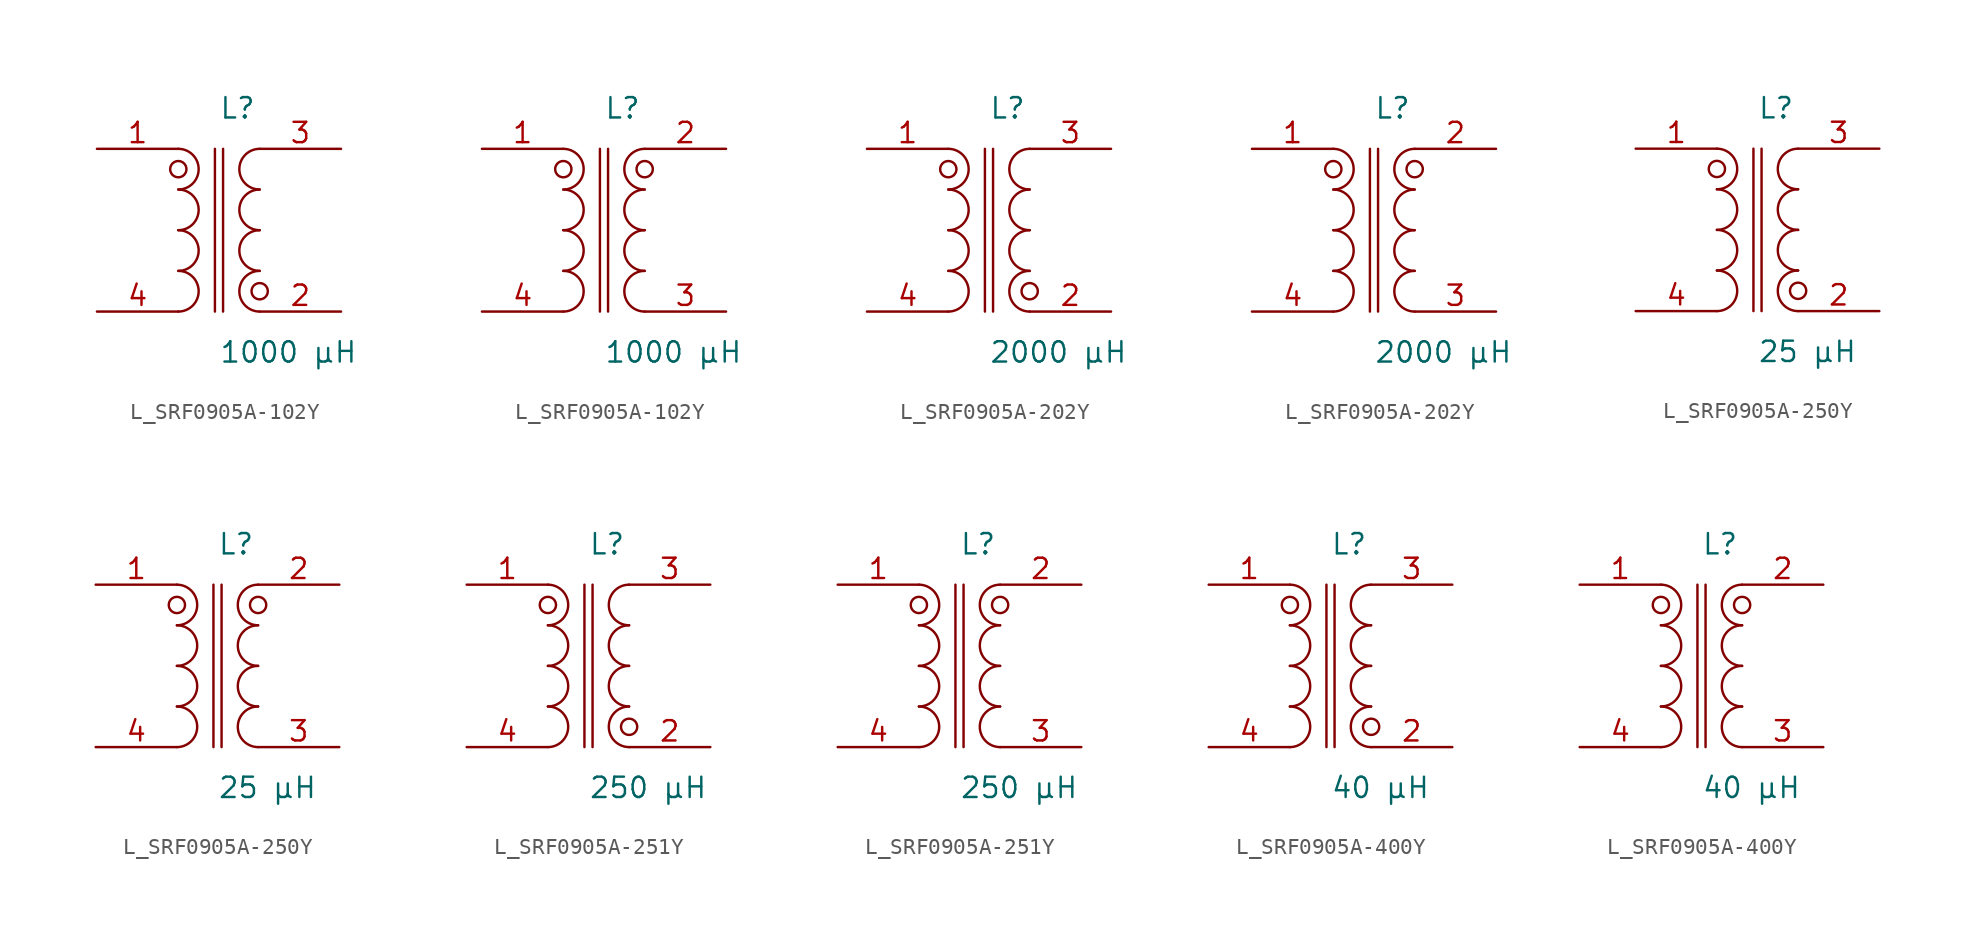
<source format=kicad_sym>
(kicad_symbol_lib
  (version 20231120)
  (generator kicad_symbol_editor)
  (generator_version 8.0)
  (symbol "L_SRF0905A-102Y"
    (pin_names
      (offset 0.254))
    (property "Reference" "L"
      (at 0 7.62 0)
      (effects (font (size 1.27 1.27)) (justify left)))
    (property "Value" "1000 µH"
      (at 0 -7.62 0)
      (effects (font (size 1.27 1.27)) (justify left)))
    (symbol "L_SRF0905A-102Y_1_1"
      (arc (start -2.54 -5.08) (mid -1.27 -3.81) (end -2.54 -2.54) (stroke (width 0) (type default)) (fill (type none)))
      (arc (start -2.54 -2.54) (mid -1.27 -1.27) (end -2.54 0.0) (stroke (width 0) (type default)) (fill (type none)))
      (arc (start -2.54 0.0) (mid -1.27 1.27) (end -2.54 2.54) (stroke (width 0) (type default)) (fill (type none)))
      (arc (start -2.54 2.54) (mid -1.27 3.81) (end -2.54 5.08) (stroke (width 0) (type default)) (fill (type none)))
      (arc (start 2.54 -5.08) (mid 1.27 -3.81) (end 2.54 -2.54) (stroke (width 0) (type default)) (fill (type none)))
      (arc (start 2.54 -2.54) (mid 1.27 -1.27) (end 2.54 0.0) (stroke (width 0) (type default)) (fill (type none)))
      (arc (start 2.54 0.0) (mid 1.27 1.27) (end 2.54 2.54) (stroke (width 0) (type default)) (fill (type none)))
      (arc (start 2.54 2.54) (mid 1.27 3.81) (end 2.54 5.08) (stroke (width 0) (type default)) (fill (type none)))
      (circle (center -2.54 3.81) (radius 0.508) (stroke (width 0) (type default)) (fill (type none)))
      (circle (center 2.54 -3.81) (radius 0.508) (stroke (width 0) (type default)) (fill (type none)))
      (polyline (pts (xy -0.254 5.08) (xy -0.254 -5.08)) (stroke (width 0) (type default)) (fill (type none)))
      (polyline (pts (xy 0.254 5.08) (xy 0.254 -5.08)) (stroke (width 0) (type default)) (fill (type none)))
      (pin passive line (at -7.62 5.08 0) (length 5.08) (name "" (effects (font (size 1.27 1.27)))) (number "1" (effects (font (size 1.27 1.27)))))
      (pin passive line (at -7.62 -5.08 0) (length 5.08) (name "" (effects (font (size 1.27 1.27)))) (number "4" (effects (font (size 1.27 1.27)))))
      (pin passive line (at 7.62 -5.08 180) (length 5.08) (name "" (effects (font (size 1.27 1.27)))) (number "2" (effects (font (size 1.27 1.27)))))
      (pin passive line (at 7.62 5.08 180) (length 5.08) (name "" (effects (font (size 1.27 1.27)))) (number "3" (effects (font (size 1.27 1.27))))))
    (symbol "L_SRF0905A-102Y_1_2"
      (arc (start -2.54 -5.08) (mid -1.27 -3.81) (end -2.54 -2.54) (stroke (width 0) (type default)) (fill (type none)))
      (arc (start -2.54 -2.54) (mid -1.27 -1.27) (end -2.54 0.0) (stroke (width 0) (type default)) (fill (type none)))
      (arc (start -2.54 0.0) (mid -1.27 1.27) (end -2.54 2.54) (stroke (width 0) (type default)) (fill (type none)))
      (arc (start -2.54 2.54) (mid -1.27 3.81) (end -2.54 5.08) (stroke (width 0) (type default)) (fill (type none)))
      (arc (start 2.54 -5.08) (mid 1.27 -3.81) (end 2.54 -2.54) (stroke (width 0) (type default)) (fill (type none)))
      (arc (start 2.54 -2.54) (mid 1.27 -1.27) (end 2.54 0.0) (stroke (width 0) (type default)) (fill (type none)))
      (arc (start 2.54 0.0) (mid 1.27 1.27) (end 2.54 2.54) (stroke (width 0) (type default)) (fill (type none)))
      (arc (start 2.54 2.54) (mid 1.27 3.81) (end 2.54 5.08) (stroke (width 0) (type default)) (fill (type none)))
      (circle (center -2.54 3.81) (radius 0.508) (stroke (width 0) (type default)) (fill (type none)))
      (circle (center 2.54 3.81) (radius 0.508) (stroke (width 0) (type default)) (fill (type none)))
      (polyline (pts (xy -0.254 5.08) (xy -0.254 -5.08)) (stroke (width 0) (type default)) (fill (type none)))
      (polyline (pts (xy 0.254 5.08) (xy 0.254 -5.08)) (stroke (width 0) (type default)) (fill (type none)))
      (pin passive line (at -7.62 5.08 0) (length 5.08) (name "" (effects (font (size 1.27 1.27)))) (number "1" (effects (font (size 1.27 1.27)))))
      (pin passive line (at -7.62 -5.08 0) (length 5.08) (name "" (effects (font (size 1.27 1.27)))) (number "4" (effects (font (size 1.27 1.27)))))
      (pin passive line (at 7.62 5.08 180) (length 5.08) (name "" (effects (font (size 1.27 1.27)))) (number "2" (effects (font (size 1.27 1.27)))))
      (pin passive line (at 7.62 -5.08 180) (length 5.08) (name "" (effects (font (size 1.27 1.27)))) (number "3" (effects (font (size 1.27 1.27)))))))
  (symbol "L_SRF0905A-202Y"
    (pin_names
      (offset 0.254))
    (property "Reference" "L"
      (at 0 7.62 0)
      (effects (font (size 1.27 1.27)) (justify left)))
    (property "Value" "2000 µH"
      (at 0 -7.62 0)
      (effects (font (size 1.27 1.27)) (justify left)))
    (symbol "L_SRF0905A-202Y_1_1"
      (arc (start -2.54 -5.08) (mid -1.27 -3.81) (end -2.54 -2.54) (stroke (width 0) (type default)) (fill (type none)))
      (arc (start -2.54 -2.54) (mid -1.27 -1.27) (end -2.54 0.0) (stroke (width 0) (type default)) (fill (type none)))
      (arc (start -2.54 0.0) (mid -1.27 1.27) (end -2.54 2.54) (stroke (width 0) (type default)) (fill (type none)))
      (arc (start -2.54 2.54) (mid -1.27 3.81) (end -2.54 5.08) (stroke (width 0) (type default)) (fill (type none)))
      (arc (start 2.54 -5.08) (mid 1.27 -3.81) (end 2.54 -2.54) (stroke (width 0) (type default)) (fill (type none)))
      (arc (start 2.54 -2.54) (mid 1.27 -1.27) (end 2.54 0.0) (stroke (width 0) (type default)) (fill (type none)))
      (arc (start 2.54 0.0) (mid 1.27 1.27) (end 2.54 2.54) (stroke (width 0) (type default)) (fill (type none)))
      (arc (start 2.54 2.54) (mid 1.27 3.81) (end 2.54 5.08) (stroke (width 0) (type default)) (fill (type none)))
      (circle (center -2.54 3.81) (radius 0.508) (stroke (width 0) (type default)) (fill (type none)))
      (circle (center 2.54 -3.81) (radius 0.508) (stroke (width 0) (type default)) (fill (type none)))
      (polyline (pts (xy -0.254 5.08) (xy -0.254 -5.08)) (stroke (width 0) (type default)) (fill (type none)))
      (polyline (pts (xy 0.254 5.08) (xy 0.254 -5.08)) (stroke (width 0) (type default)) (fill (type none)))
      (pin passive line (at -7.62 5.08 0) (length 5.08) (name "" (effects (font (size 1.27 1.27)))) (number "1" (effects (font (size 1.27 1.27)))))
      (pin passive line (at -7.62 -5.08 0) (length 5.08) (name "" (effects (font (size 1.27 1.27)))) (number "4" (effects (font (size 1.27 1.27)))))
      (pin passive line (at 7.62 -5.08 180) (length 5.08) (name "" (effects (font (size 1.27 1.27)))) (number "2" (effects (font (size 1.27 1.27)))))
      (pin passive line (at 7.62 5.08 180) (length 5.08) (name "" (effects (font (size 1.27 1.27)))) (number "3" (effects (font (size 1.27 1.27))))))
    (symbol "L_SRF0905A-202Y_1_2"
      (arc (start -2.54 -5.08) (mid -1.27 -3.81) (end -2.54 -2.54) (stroke (width 0) (type default)) (fill (type none)))
      (arc (start -2.54 -2.54) (mid -1.27 -1.27) (end -2.54 0.0) (stroke (width 0) (type default)) (fill (type none)))
      (arc (start -2.54 0.0) (mid -1.27 1.27) (end -2.54 2.54) (stroke (width 0) (type default)) (fill (type none)))
      (arc (start -2.54 2.54) (mid -1.27 3.81) (end -2.54 5.08) (stroke (width 0) (type default)) (fill (type none)))
      (arc (start 2.54 -5.08) (mid 1.27 -3.81) (end 2.54 -2.54) (stroke (width 0) (type default)) (fill (type none)))
      (arc (start 2.54 -2.54) (mid 1.27 -1.27) (end 2.54 0.0) (stroke (width 0) (type default)) (fill (type none)))
      (arc (start 2.54 0.0) (mid 1.27 1.27) (end 2.54 2.54) (stroke (width 0) (type default)) (fill (type none)))
      (arc (start 2.54 2.54) (mid 1.27 3.81) (end 2.54 5.08) (stroke (width 0) (type default)) (fill (type none)))
      (circle (center -2.54 3.81) (radius 0.508) (stroke (width 0) (type default)) (fill (type none)))
      (circle (center 2.54 3.81) (radius 0.508) (stroke (width 0) (type default)) (fill (type none)))
      (polyline (pts (xy -0.254 5.08) (xy -0.254 -5.08)) (stroke (width 0) (type default)) (fill (type none)))
      (polyline (pts (xy 0.254 5.08) (xy 0.254 -5.08)) (stroke (width 0) (type default)) (fill (type none)))
      (pin passive line (at -7.62 5.08 0) (length 5.08) (name "" (effects (font (size 1.27 1.27)))) (number "1" (effects (font (size 1.27 1.27)))))
      (pin passive line (at -7.62 -5.08 0) (length 5.08) (name "" (effects (font (size 1.27 1.27)))) (number "4" (effects (font (size 1.27 1.27)))))
      (pin passive line (at 7.62 5.08 180) (length 5.08) (name "" (effects (font (size 1.27 1.27)))) (number "2" (effects (font (size 1.27 1.27)))))
      (pin passive line (at 7.62 -5.08 180) (length 5.08) (name "" (effects (font (size 1.27 1.27)))) (number "3" (effects (font (size 1.27 1.27)))))))
  (symbol "L_SRF0905A-250Y"
    (pin_names
      (offset 0.254))
    (property "Reference" "L"
      (at 0 7.62 0)
      (effects (font (size 1.27 1.27)) (justify left)))
    (property "Value" "25 µH"
      (at 0 -7.62 0)
      (effects (font (size 1.27 1.27)) (justify left)))
    (symbol "L_SRF0905A-250Y_1_1"
      (arc (start -2.54 -5.08) (mid -1.27 -3.81) (end -2.54 -2.54) (stroke (width 0) (type default)) (fill (type none)))
      (arc (start -2.54 -2.54) (mid -1.27 -1.27) (end -2.54 0.0) (stroke (width 0) (type default)) (fill (type none)))
      (arc (start -2.54 0.0) (mid -1.27 1.27) (end -2.54 2.54) (stroke (width 0) (type default)) (fill (type none)))
      (arc (start -2.54 2.54) (mid -1.27 3.81) (end -2.54 5.08) (stroke (width 0) (type default)) (fill (type none)))
      (arc (start 2.54 -5.08) (mid 1.27 -3.81) (end 2.54 -2.54) (stroke (width 0) (type default)) (fill (type none)))
      (arc (start 2.54 -2.54) (mid 1.27 -1.27) (end 2.54 0.0) (stroke (width 0) (type default)) (fill (type none)))
      (arc (start 2.54 0.0) (mid 1.27 1.27) (end 2.54 2.54) (stroke (width 0) (type default)) (fill (type none)))
      (arc (start 2.54 2.54) (mid 1.27 3.81) (end 2.54 5.08) (stroke (width 0) (type default)) (fill (type none)))
      (circle (center -2.54 3.81) (radius 0.508) (stroke (width 0) (type default)) (fill (type none)))
      (circle (center 2.54 -3.81) (radius 0.508) (stroke (width 0) (type default)) (fill (type none)))
      (polyline (pts (xy -0.254 5.08) (xy -0.254 -5.08)) (stroke (width 0) (type default)) (fill (type none)))
      (polyline (pts (xy 0.254 5.08) (xy 0.254 -5.08)) (stroke (width 0) (type default)) (fill (type none)))
      (pin passive line (at -7.62 5.08 0) (length 5.08) (name "" (effects (font (size 1.27 1.27)))) (number "1" (effects (font (size 1.27 1.27)))))
      (pin passive line (at -7.62 -5.08 0) (length 5.08) (name "" (effects (font (size 1.27 1.27)))) (number "4" (effects (font (size 1.27 1.27)))))
      (pin passive line (at 7.62 -5.08 180) (length 5.08) (name "" (effects (font (size 1.27 1.27)))) (number "2" (effects (font (size 1.27 1.27)))))
      (pin passive line (at 7.62 5.08 180) (length 5.08) (name "" (effects (font (size 1.27 1.27)))) (number "3" (effects (font (size 1.27 1.27))))))
    (symbol "L_SRF0905A-250Y_1_2"
      (arc (start -2.54 -5.08) (mid -1.27 -3.81) (end -2.54 -2.54) (stroke (width 0) (type default)) (fill (type none)))
      (arc (start -2.54 -2.54) (mid -1.27 -1.27) (end -2.54 0.0) (stroke (width 0) (type default)) (fill (type none)))
      (arc (start -2.54 0.0) (mid -1.27 1.27) (end -2.54 2.54) (stroke (width 0) (type default)) (fill (type none)))
      (arc (start -2.54 2.54) (mid -1.27 3.81) (end -2.54 5.08) (stroke (width 0) (type default)) (fill (type none)))
      (arc (start 2.54 -5.08) (mid 1.27 -3.81) (end 2.54 -2.54) (stroke (width 0) (type default)) (fill (type none)))
      (arc (start 2.54 -2.54) (mid 1.27 -1.27) (end 2.54 0.0) (stroke (width 0) (type default)) (fill (type none)))
      (arc (start 2.54 0.0) (mid 1.27 1.27) (end 2.54 2.54) (stroke (width 0) (type default)) (fill (type none)))
      (arc (start 2.54 2.54) (mid 1.27 3.81) (end 2.54 5.08) (stroke (width 0) (type default)) (fill (type none)))
      (circle (center -2.54 3.81) (radius 0.508) (stroke (width 0) (type default)) (fill (type none)))
      (circle (center 2.54 3.81) (radius 0.508) (stroke (width 0) (type default)) (fill (type none)))
      (polyline (pts (xy -0.254 5.08) (xy -0.254 -5.08)) (stroke (width 0) (type default)) (fill (type none)))
      (polyline (pts (xy 0.254 5.08) (xy 0.254 -5.08)) (stroke (width 0) (type default)) (fill (type none)))
      (pin passive line (at -7.62 5.08 0) (length 5.08) (name "" (effects (font (size 1.27 1.27)))) (number "1" (effects (font (size 1.27 1.27)))))
      (pin passive line (at -7.62 -5.08 0) (length 5.08) (name "" (effects (font (size 1.27 1.27)))) (number "4" (effects (font (size 1.27 1.27)))))
      (pin passive line (at 7.62 5.08 180) (length 5.08) (name "" (effects (font (size 1.27 1.27)))) (number "2" (effects (font (size 1.27 1.27)))))
      (pin passive line (at 7.62 -5.08 180) (length 5.08) (name "" (effects (font (size 1.27 1.27)))) (number "3" (effects (font (size 1.27 1.27)))))))
  (symbol "L_SRF0905A-251Y"
    (pin_names
      (offset 0.254))
    (property "Reference" "L"
      (at 0 7.62 0)
      (effects (font (size 1.27 1.27)) (justify left)))
    (property "Value" "250 µH"
      (at 0 -7.62 0)
      (effects (font (size 1.27 1.27)) (justify left)))
    (symbol "L_SRF0905A-251Y_1_1"
      (arc (start -2.54 -5.08) (mid -1.27 -3.81) (end -2.54 -2.54) (stroke (width 0) (type default)) (fill (type none)))
      (arc (start -2.54 -2.54) (mid -1.27 -1.27) (end -2.54 0.0) (stroke (width 0) (type default)) (fill (type none)))
      (arc (start -2.54 0.0) (mid -1.27 1.27) (end -2.54 2.54) (stroke (width 0) (type default)) (fill (type none)))
      (arc (start -2.54 2.54) (mid -1.27 3.81) (end -2.54 5.08) (stroke (width 0) (type default)) (fill (type none)))
      (arc (start 2.54 -5.08) (mid 1.27 -3.81) (end 2.54 -2.54) (stroke (width 0) (type default)) (fill (type none)))
      (arc (start 2.54 -2.54) (mid 1.27 -1.27) (end 2.54 0.0) (stroke (width 0) (type default)) (fill (type none)))
      (arc (start 2.54 0.0) (mid 1.27 1.27) (end 2.54 2.54) (stroke (width 0) (type default)) (fill (type none)))
      (arc (start 2.54 2.54) (mid 1.27 3.81) (end 2.54 5.08) (stroke (width 0) (type default)) (fill (type none)))
      (circle (center -2.54 3.81) (radius 0.508) (stroke (width 0) (type default)) (fill (type none)))
      (circle (center 2.54 -3.81) (radius 0.508) (stroke (width 0) (type default)) (fill (type none)))
      (polyline (pts (xy -0.254 5.08) (xy -0.254 -5.08)) (stroke (width 0) (type default)) (fill (type none)))
      (polyline (pts (xy 0.254 5.08) (xy 0.254 -5.08)) (stroke (width 0) (type default)) (fill (type none)))
      (pin passive line (at -7.62 5.08 0) (length 5.08) (name "" (effects (font (size 1.27 1.27)))) (number "1" (effects (font (size 1.27 1.27)))))
      (pin passive line (at -7.62 -5.08 0) (length 5.08) (name "" (effects (font (size 1.27 1.27)))) (number "4" (effects (font (size 1.27 1.27)))))
      (pin passive line (at 7.62 -5.08 180) (length 5.08) (name "" (effects (font (size 1.27 1.27)))) (number "2" (effects (font (size 1.27 1.27)))))
      (pin passive line (at 7.62 5.08 180) (length 5.08) (name "" (effects (font (size 1.27 1.27)))) (number "3" (effects (font (size 1.27 1.27))))))
    (symbol "L_SRF0905A-251Y_1_2"
      (arc (start -2.54 -5.08) (mid -1.27 -3.81) (end -2.54 -2.54) (stroke (width 0) (type default)) (fill (type none)))
      (arc (start -2.54 -2.54) (mid -1.27 -1.27) (end -2.54 0.0) (stroke (width 0) (type default)) (fill (type none)))
      (arc (start -2.54 0.0) (mid -1.27 1.27) (end -2.54 2.54) (stroke (width 0) (type default)) (fill (type none)))
      (arc (start -2.54 2.54) (mid -1.27 3.81) (end -2.54 5.08) (stroke (width 0) (type default)) (fill (type none)))
      (arc (start 2.54 -5.08) (mid 1.27 -3.81) (end 2.54 -2.54) (stroke (width 0) (type default)) (fill (type none)))
      (arc (start 2.54 -2.54) (mid 1.27 -1.27) (end 2.54 0.0) (stroke (width 0) (type default)) (fill (type none)))
      (arc (start 2.54 0.0) (mid 1.27 1.27) (end 2.54 2.54) (stroke (width 0) (type default)) (fill (type none)))
      (arc (start 2.54 2.54) (mid 1.27 3.81) (end 2.54 5.08) (stroke (width 0) (type default)) (fill (type none)))
      (circle (center -2.54 3.81) (radius 0.508) (stroke (width 0) (type default)) (fill (type none)))
      (circle (center 2.54 3.81) (radius 0.508) (stroke (width 0) (type default)) (fill (type none)))
      (polyline (pts (xy -0.254 5.08) (xy -0.254 -5.08)) (stroke (width 0) (type default)) (fill (type none)))
      (polyline (pts (xy 0.254 5.08) (xy 0.254 -5.08)) (stroke (width 0) (type default)) (fill (type none)))
      (pin passive line (at -7.62 5.08 0) (length 5.08) (name "" (effects (font (size 1.27 1.27)))) (number "1" (effects (font (size 1.27 1.27)))))
      (pin passive line (at -7.62 -5.08 0) (length 5.08) (name "" (effects (font (size 1.27 1.27)))) (number "4" (effects (font (size 1.27 1.27)))))
      (pin passive line (at 7.62 5.08 180) (length 5.08) (name "" (effects (font (size 1.27 1.27)))) (number "2" (effects (font (size 1.27 1.27)))))
      (pin passive line (at 7.62 -5.08 180) (length 5.08) (name "" (effects (font (size 1.27 1.27)))) (number "3" (effects (font (size 1.27 1.27)))))))
  (symbol "L_SRF0905A-400Y"
    (pin_names
      (offset 0.254))
    (property "Reference" "L"
      (at 0 7.62 0)
      (effects (font (size 1.27 1.27)) (justify left)))
    (property "Value" "40 µH"
      (at 0 -7.62 0)
      (effects (font (size 1.27 1.27)) (justify left)))
    (symbol "L_SRF0905A-400Y_1_1"
      (arc (start -2.54 -5.08) (mid -1.27 -3.81) (end -2.54 -2.54) (stroke (width 0) (type default)) (fill (type none)))
      (arc (start -2.54 -2.54) (mid -1.27 -1.27) (end -2.54 0.0) (stroke (width 0) (type default)) (fill (type none)))
      (arc (start -2.54 0.0) (mid -1.27 1.27) (end -2.54 2.54) (stroke (width 0) (type default)) (fill (type none)))
      (arc (start -2.54 2.54) (mid -1.27 3.81) (end -2.54 5.08) (stroke (width 0) (type default)) (fill (type none)))
      (arc (start 2.54 -5.08) (mid 1.27 -3.81) (end 2.54 -2.54) (stroke (width 0) (type default)) (fill (type none)))
      (arc (start 2.54 -2.54) (mid 1.27 -1.27) (end 2.54 0.0) (stroke (width 0) (type default)) (fill (type none)))
      (arc (start 2.54 0.0) (mid 1.27 1.27) (end 2.54 2.54) (stroke (width 0) (type default)) (fill (type none)))
      (arc (start 2.54 2.54) (mid 1.27 3.81) (end 2.54 5.08) (stroke (width 0) (type default)) (fill (type none)))
      (circle (center -2.54 3.81) (radius 0.508) (stroke (width 0) (type default)) (fill (type none)))
      (circle (center 2.54 -3.81) (radius 0.508) (stroke (width 0) (type default)) (fill (type none)))
      (polyline (pts (xy -0.254 5.08) (xy -0.254 -5.08)) (stroke (width 0) (type default)) (fill (type none)))
      (polyline (pts (xy 0.254 5.08) (xy 0.254 -5.08)) (stroke (width 0) (type default)) (fill (type none)))
      (pin passive line (at -7.62 5.08 0) (length 5.08) (name "" (effects (font (size 1.27 1.27)))) (number "1" (effects (font (size 1.27 1.27)))))
      (pin passive line (at -7.62 -5.08 0) (length 5.08) (name "" (effects (font (size 1.27 1.27)))) (number "4" (effects (font (size 1.27 1.27)))))
      (pin passive line (at 7.62 -5.08 180) (length 5.08) (name "" (effects (font (size 1.27 1.27)))) (number "2" (effects (font (size 1.27 1.27)))))
      (pin passive line (at 7.62 5.08 180) (length 5.08) (name "" (effects (font (size 1.27 1.27)))) (number "3" (effects (font (size 1.27 1.27))))))
    (symbol "L_SRF0905A-400Y_1_2"
      (arc (start -2.54 -5.08) (mid -1.27 -3.81) (end -2.54 -2.54) (stroke (width 0) (type default)) (fill (type none)))
      (arc (start -2.54 -2.54) (mid -1.27 -1.27) (end -2.54 0.0) (stroke (width 0) (type default)) (fill (type none)))
      (arc (start -2.54 0.0) (mid -1.27 1.27) (end -2.54 2.54) (stroke (width 0) (type default)) (fill (type none)))
      (arc (start -2.54 2.54) (mid -1.27 3.81) (end -2.54 5.08) (stroke (width 0) (type default)) (fill (type none)))
      (arc (start 2.54 -5.08) (mid 1.27 -3.81) (end 2.54 -2.54) (stroke (width 0) (type default)) (fill (type none)))
      (arc (start 2.54 -2.54) (mid 1.27 -1.27) (end 2.54 0.0) (stroke (width 0) (type default)) (fill (type none)))
      (arc (start 2.54 0.0) (mid 1.27 1.27) (end 2.54 2.54) (stroke (width 0) (type default)) (fill (type none)))
      (arc (start 2.54 2.54) (mid 1.27 3.81) (end 2.54 5.08) (stroke (width 0) (type default)) (fill (type none)))
      (circle (center -2.54 3.81) (radius 0.508) (stroke (width 0) (type default)) (fill (type none)))
      (circle (center 2.54 3.81) (radius 0.508) (stroke (width 0) (type default)) (fill (type none)))
      (polyline (pts (xy -0.254 5.08) (xy -0.254 -5.08)) (stroke (width 0) (type default)) (fill (type none)))
      (polyline (pts (xy 0.254 5.08) (xy 0.254 -5.08)) (stroke (width 0) (type default)) (fill (type none)))
      (pin passive line (at -7.62 5.08 0) (length 5.08) (name "" (effects (font (size 1.27 1.27)))) (number "1" (effects (font (size 1.27 1.27)))))
      (pin passive line (at -7.62 -5.08 0) (length 5.08) (name "" (effects (font (size 1.27 1.27)))) (number "4" (effects (font (size 1.27 1.27)))))
      (pin passive line (at 7.62 5.08 180) (length 5.08) (name "" (effects (font (size 1.27 1.27)))) (number "2" (effects (font (size 1.27 1.27)))))
      (pin passive line (at 7.62 -5.08 180) (length 5.08) (name "" (effects (font (size 1.27 1.27)))) (number "3" (effects (font (size 1.27 1.27))))))))
</source>
